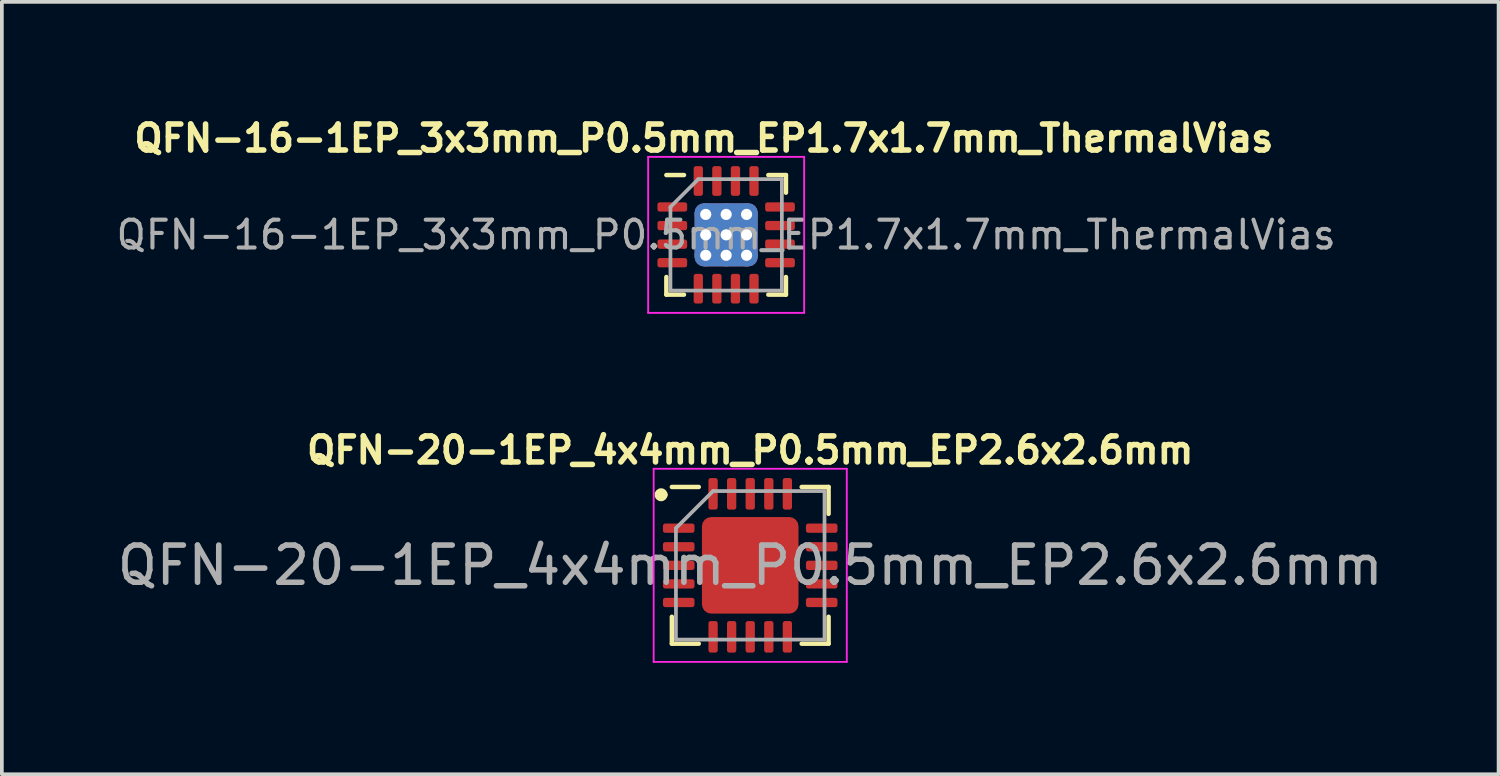
<source format=kicad_pcb>
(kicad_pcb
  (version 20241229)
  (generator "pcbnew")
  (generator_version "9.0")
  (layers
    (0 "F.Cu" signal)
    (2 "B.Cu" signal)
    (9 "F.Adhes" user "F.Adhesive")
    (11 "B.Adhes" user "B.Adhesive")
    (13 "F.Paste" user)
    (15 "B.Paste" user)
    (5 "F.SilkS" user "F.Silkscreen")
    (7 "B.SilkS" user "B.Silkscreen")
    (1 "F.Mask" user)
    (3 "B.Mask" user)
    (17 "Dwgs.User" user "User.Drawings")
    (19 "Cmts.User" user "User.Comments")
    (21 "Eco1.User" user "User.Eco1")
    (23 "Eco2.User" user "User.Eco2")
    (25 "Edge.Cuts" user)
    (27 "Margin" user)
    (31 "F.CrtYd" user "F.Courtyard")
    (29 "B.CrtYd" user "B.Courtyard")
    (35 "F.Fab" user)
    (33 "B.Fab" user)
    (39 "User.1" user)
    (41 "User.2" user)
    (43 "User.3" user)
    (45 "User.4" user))
  (footprint "QFN-16-1EP_3x3mm_P0.5mm_EP1.7x1.7mm_ThermalVias"
    (layer "F.Cu")
    (at 16.501 3.273)
    (property "Reference" "QFN-16-1EP_3x3mm_P0.5mm_EP1.7x1.7mm_ThermalVias" (at -0.6 -2.6 0) (layer "F.SilkS") (effects (font (size 0.7 0.7) (thickness 0.15))))
    (attr smd)
    (fp_line (start -1.61 1.61) (end -1.61 1.135) (stroke (width 0.12) (type solid)) (layer "F.SilkS"))
    (fp_line (start -1.135 -1.61) (end -1.61 -1.61) (stroke (width 0.12) (type solid)) (layer "F.SilkS"))
    (fp_line (start -1.135 1.61) (end -1.61 1.61) (stroke (width 0.12) (type solid)) (layer "F.SilkS"))
    (fp_line (start 1.135 -1.61) (end 1.61 -1.61) (stroke (width 0.12) (type solid)) (layer "F.SilkS"))
    (fp_line (start 1.135 1.61) (end 1.61 1.61) (stroke (width 0.12) (type solid)) (layer "F.SilkS"))
    (fp_line (start 1.61 -1.61) (end 1.61 -1.135) (stroke (width 0.12) (type solid)) (layer "F.SilkS"))
    (fp_line (start 1.61 1.61) (end 1.61 1.135) (stroke (width 0.12) (type solid)) (layer "F.SilkS"))
    (fp_line (start -2.1 -2.1) (end -2.1 2.1) (stroke (width 0.05) (type solid)) (layer "F.CrtYd"))
    (fp_line (start -2.1 2.1) (end 2.1 2.1) (stroke (width 0.05) (type solid)) (layer "F.CrtYd"))
    (fp_line (start 2.1 -2.1) (end -2.1 -2.1) (stroke (width 0.05) (type solid)) (layer "F.CrtYd"))
    (fp_line (start 2.1 2.1) (end 2.1 -2.1) (stroke (width 0.05) (type solid)) (layer "F.CrtYd"))
    (fp_line (start -1.5 -0.75) (end -0.75 -1.5) (stroke (width 0.1) (type solid)) (layer "F.Fab"))
    (fp_line (start -1.5 1.5) (end -1.5 -0.75) (stroke (width 0.1) (type solid)) (layer "F.Fab"))
    (fp_line (start -0.75 -1.5) (end 1.5 -1.5) (stroke (width 0.1) (type solid)) (layer "F.Fab"))
    (fp_line (start 1.5 -1.5) (end 1.5 1.5) (stroke (width 0.1) (type solid)) (layer "F.Fab"))
    (fp_line (start 1.5 1.5) (end -1.5 1.5) (stroke (width 0.1) (type solid)) (layer "F.Fab"))
    (fp_text user "${REFERENCE}" (at 0 0 0) (layer "F.Fab") (effects (font (size 0.75 0.75) (thickness 0.11))))
    (pad "" smd roundrect (at -0.425 -0.425) (size 0.74 0.74) (layers "F.Paste") (roundrect_rratio 0.25))
    (pad "" smd roundrect (at -0.425 0.425) (size 0.74 0.74) (layers "F.Paste") (roundrect_rratio 0.25))
    (pad "" smd roundrect (at 0.425 -0.425) (size 0.74 0.74) (layers "F.Paste") (roundrect_rratio 0.25))
    (pad "" smd roundrect (at 0.425 0.425) (size 0.74 0.74) (layers "F.Paste") (roundrect_rratio 0.25))
    (pad "1" smd roundrect (at -1.45 -0.75) (size 0.8 0.25) (layers "F.Cu" "F.Mask" "F.Paste") (roundrect_rratio 0.25))
    (pad "2" smd roundrect (at -1.45 -0.25) (size 0.8 0.25) (layers "F.Cu" "F.Mask" "F.Paste") (roundrect_rratio 0.25))
    (pad "3" smd roundrect (at -1.45 0.25) (size 0.8 0.25) (layers "F.Cu" "F.Mask" "F.Paste") (roundrect_rratio 0.25))
    (pad "4" smd roundrect (at -1.45 0.75) (size 0.8 0.25) (layers "F.Cu" "F.Mask" "F.Paste") (roundrect_rratio 0.25))
    (pad "5" smd roundrect (at -0.75 1.45) (size 0.25 0.8) (layers "F.Cu" "F.Mask" "F.Paste") (roundrect_rratio 0.25))
    (pad "6" smd roundrect (at -0.25 1.45) (size 0.25 0.8) (layers "F.Cu" "F.Mask" "F.Paste") (roundrect_rratio 0.25))
    (pad "7" smd roundrect (at 0.25 1.45) (size 0.25 0.8) (layers "F.Cu" "F.Mask" "F.Paste") (roundrect_rratio 0.25))
    (pad "8" smd roundrect (at 0.75 1.45) (size 0.25 0.8) (layers "F.Cu" "F.Mask" "F.Paste") (roundrect_rratio 0.25))
    (pad "9" smd roundrect (at 1.45 0.75) (size 0.8 0.25) (layers "F.Cu" "F.Mask" "F.Paste") (roundrect_rratio 0.25))
    (pad "10" smd roundrect (at 1.45 0.25) (size 0.8 0.25) (layers "F.Cu" "F.Mask" "F.Paste") (roundrect_rratio 0.25))
    (pad "11" smd roundrect (at 1.45 -0.25) (size 0.8 0.25) (layers "F.Cu" "F.Mask" "F.Paste") (roundrect_rratio 0.25))
    (pad "12" smd roundrect (at 1.45 -0.75) (size 0.8 0.25) (layers "F.Cu" "F.Mask" "F.Paste") (roundrect_rratio 0.25))
    (pad "13" smd roundrect (at 0.75 -1.45) (size 0.25 0.8) (layers "F.Cu" "F.Mask" "F.Paste") (roundrect_rratio 0.25))
    (pad "14" smd roundrect (at 0.25 -1.45) (size 0.25 0.8) (layers "F.Cu" "F.Mask" "F.Paste") (roundrect_rratio 0.25))
    (pad "15" smd roundrect (at -0.25 -1.45) (size 0.25 0.8) (layers "F.Cu" "F.Mask" "F.Paste") (roundrect_rratio 0.25))
    (pad "16" smd roundrect (at -0.75 -1.45) (size 0.25 0.8) (layers "F.Cu" "F.Mask" "F.Paste") (roundrect_rratio 0.25))
    (pad "17" thru_hole circle (at -0.55 -0.55) (size 0.6 0.6) (drill 0.3) (layers "*.Cu"))
    (pad "17" thru_hole circle (at -0.55 0) (size 0.6 0.6) (drill 0.3) (layers "*.Cu"))
    (pad "17" thru_hole circle (at -0.55 0.55) (size 0.6 0.6) (drill 0.3) (layers "*.Cu"))
    (pad "17" thru_hole circle (at 0 -0.55) (size 0.6 0.6) (drill 0.3) (layers "*.Cu"))
    (pad "17" thru_hole circle (at 0 0) (size 0.6 0.6) (drill 0.3) (layers "*.Cu"))
    (pad "17" smd roundrect (at 0 0) (size 1.7 1.7) (layers "F.Cu" "F.Mask") (roundrect_rratio 0.147))
    (pad "17" smd roundrect (at 0 0) (size 1.7 1.7) (layers "B.Cu") (roundrect_rratio 0.147))
    (pad "17" thru_hole circle (at 0 0.55) (size 0.6 0.6) (drill 0.3) (layers "*.Cu"))
    (pad "17" thru_hole circle (at 0.55 -0.55) (size 0.6 0.6) (drill 0.3) (layers "*.Cu"))
    (pad "17" thru_hole circle (at 0.55 0) (size 0.6 0.6) (drill 0.3) (layers "*.Cu"))
    (pad "17" thru_hole circle (at 0.55 0.55) (size 0.6 0.6) (drill 0.3) (layers "*.Cu")))
  (footprint "QFN-20-1EP_4x4mm_P0.5mm_EP2.6x2.6mm"
    (layer "F.Cu")
    (at 17.149 12.171)
    (property "Reference" "QFN-20-1EP_4x4mm_P0.5mm_EP2.6x2.6mm" (at 0 -3.1 0) (layer "F.SilkS") (effects (font (size 0.7 0.7) (thickness 0.15))))
    (attr smd)
    (fp_line (start -2.3 -1.9) (end -2.4 -1.9) (stroke (width 0.15) (type solid)) (layer "F.SilkS"))
    (fp_line (start -2.11 2.11) (end -2.11 1.385) (stroke (width 0.12) (type solid)) (layer "F.SilkS"))
    (fp_line (start -1.385 -2.11) (end -2.11 -2.11) (stroke (width 0.12) (type solid)) (layer "F.SilkS"))
    (fp_line (start -1.385 2.11) (end -2.11 2.11) (stroke (width 0.12) (type solid)) (layer "F.SilkS"))
    (fp_line (start 1.385 -2.11) (end 2.11 -2.11) (stroke (width 0.12) (type solid)) (layer "F.SilkS"))
    (fp_line (start 1.385 2.11) (end 2.11 2.11) (stroke (width 0.12) (type solid)) (layer "F.SilkS"))
    (fp_line (start 2.11 -2.11) (end 2.11 -1.385) (stroke (width 0.12) (type solid)) (layer "F.SilkS"))
    (fp_line (start 2.11 2.11) (end 2.11 1.385) (stroke (width 0.12) (type solid)) (layer "F.SilkS"))
    (fp_circle (center -2.4 -1.9) (end -2.3 -1.9) (stroke (width 0.15) (type solid)) (fill no) (layer "F.SilkS"))
    (fp_line (start -2.6 -2.6) (end -2.6 2.6) (stroke (width 0.05) (type solid)) (layer "F.CrtYd"))
    (fp_line (start -2.6 2.6) (end 2.6 2.6) (stroke (width 0.05) (type solid)) (layer "F.CrtYd"))
    (fp_line (start 2.6 -2.6) (end -2.6 -2.6) (stroke (width 0.05) (type solid)) (layer "F.CrtYd"))
    (fp_line (start 2.6 2.6) (end 2.6 -2.6) (stroke (width 0.05) (type solid)) (layer "F.CrtYd"))
    (fp_line (start -2 -1) (end -1 -2) (stroke (width 0.1) (type solid)) (layer "F.Fab"))
    (fp_line (start -2 2) (end -2 -1) (stroke (width 0.1) (type solid)) (layer "F.Fab"))
    (fp_line (start -1 -2) (end 2 -2) (stroke (width 0.1) (type solid)) (layer "F.Fab"))
    (fp_line (start 2 -2) (end 2 2) (stroke (width 0.1) (type solid)) (layer "F.Fab"))
    (fp_line (start 2 2) (end -2 2) (stroke (width 0.1) (type solid)) (layer "F.Fab"))
    (fp_text user "${REFERENCE}" (at 0 0 0) (layer "F.Fab") (effects (font (size 1 1) (thickness 0.15))))
    (pad "" smd roundrect (at -0.65 -0.65) (size 1.05 1.05) (layers "F.Paste") (roundrect_rratio 0.238))
    (pad "" smd roundrect (at -0.65 0.65) (size 1.05 1.05) (layers "F.Paste") (roundrect_rratio 0.238))
    (pad "" smd roundrect (at 0.65 -0.65) (size 1.05 1.05) (layers "F.Paste") (roundrect_rratio 0.238))
    (pad "" smd roundrect (at 0.65 0.65) (size 1.05 1.05) (layers "F.Paste") (roundrect_rratio 0.238))
    (pad "1" smd roundrect (at -1.925 -1) (size 0.85 0.25) (layers "F.Cu" "F.Mask" "F.Paste") (roundrect_rratio 0.25))
    (pad "2" smd roundrect (at -1.925 -0.5) (size 0.85 0.25) (layers "F.Cu" "F.Mask" "F.Paste") (roundrect_rratio 0.25))
    (pad "3" smd roundrect (at -1.925 0) (size 0.85 0.25) (layers "F.Cu" "F.Mask" "F.Paste") (roundrect_rratio 0.25))
    (pad "4" smd roundrect (at -1.925 0.5) (size 0.85 0.25) (layers "F.Cu" "F.Mask" "F.Paste") (roundrect_rratio 0.25))
    (pad "5" smd roundrect (at -1.925 1) (size 0.85 0.25) (layers "F.Cu" "F.Mask" "F.Paste") (roundrect_rratio 0.25))
    (pad "6" smd roundrect (at -1 1.925) (size 0.25 0.85) (layers "F.Cu" "F.Mask" "F.Paste") (roundrect_rratio 0.25))
    (pad "7" smd roundrect (at -0.5 1.925) (size 0.25 0.85) (layers "F.Cu" "F.Mask" "F.Paste") (roundrect_rratio 0.25))
    (pad "8" smd roundrect (at 0 1.925) (size 0.25 0.85) (layers "F.Cu" "F.Mask" "F.Paste") (roundrect_rratio 0.25))
    (pad "9" smd roundrect (at 0.5 1.925) (size 0.25 0.85) (layers "F.Cu" "F.Mask" "F.Paste") (roundrect_rratio 0.25))
    (pad "10" smd roundrect (at 1 1.925) (size 0.25 0.85) (layers "F.Cu" "F.Mask" "F.Paste") (roundrect_rratio 0.25))
    (pad "11" smd roundrect (at 1.925 1) (size 0.85 0.25) (layers "F.Cu" "F.Mask" "F.Paste") (roundrect_rratio 0.25))
    (pad "12" smd roundrect (at 1.925 0.5) (size 0.85 0.25) (layers "F.Cu" "F.Mask" "F.Paste") (roundrect_rratio 0.25))
    (pad "13" smd roundrect (at 1.925 0) (size 0.85 0.25) (layers "F.Cu" "F.Mask" "F.Paste") (roundrect_rratio 0.25))
    (pad "14" smd roundrect (at 1.925 -0.5) (size 0.85 0.25) (layers "F.Cu" "F.Mask" "F.Paste") (roundrect_rratio 0.25))
    (pad "15" smd roundrect (at 1.925 -1) (size 0.85 0.25) (layers "F.Cu" "F.Mask" "F.Paste") (roundrect_rratio 0.25))
    (pad "16" smd roundrect (at 1 -1.925) (size 0.25 0.85) (layers "F.Cu" "F.Mask" "F.Paste") (roundrect_rratio 0.25))
    (pad "17" smd roundrect (at 0.5 -1.925) (size 0.25 0.85) (layers "F.Cu" "F.Mask" "F.Paste") (roundrect_rratio 0.25))
    (pad "18" smd roundrect (at 0 -1.925) (size 0.25 0.85) (layers "F.Cu" "F.Mask" "F.Paste") (roundrect_rratio 0.25))
    (pad "19" smd roundrect (at -0.5 -1.925) (size 0.25 0.85) (layers "F.Cu" "F.Mask" "F.Paste") (roundrect_rratio 0.25))
    (pad "20" smd roundrect (at -1 -1.925) (size 0.25 0.85) (layers "F.Cu" "F.Mask" "F.Paste") (roundrect_rratio 0.25))
    (pad "21" smd roundrect (at 0 0) (size 2.6 2.6) (layers "F.Cu" "F.Mask") (roundrect_rratio 0.096)))
  (gr_rect
    (start -3 -3)
    (end 37.298 17.796)
    (stroke (width 0.1) (type default))
    (fill no)
    (layer "Edge.Cuts")))
</source>
